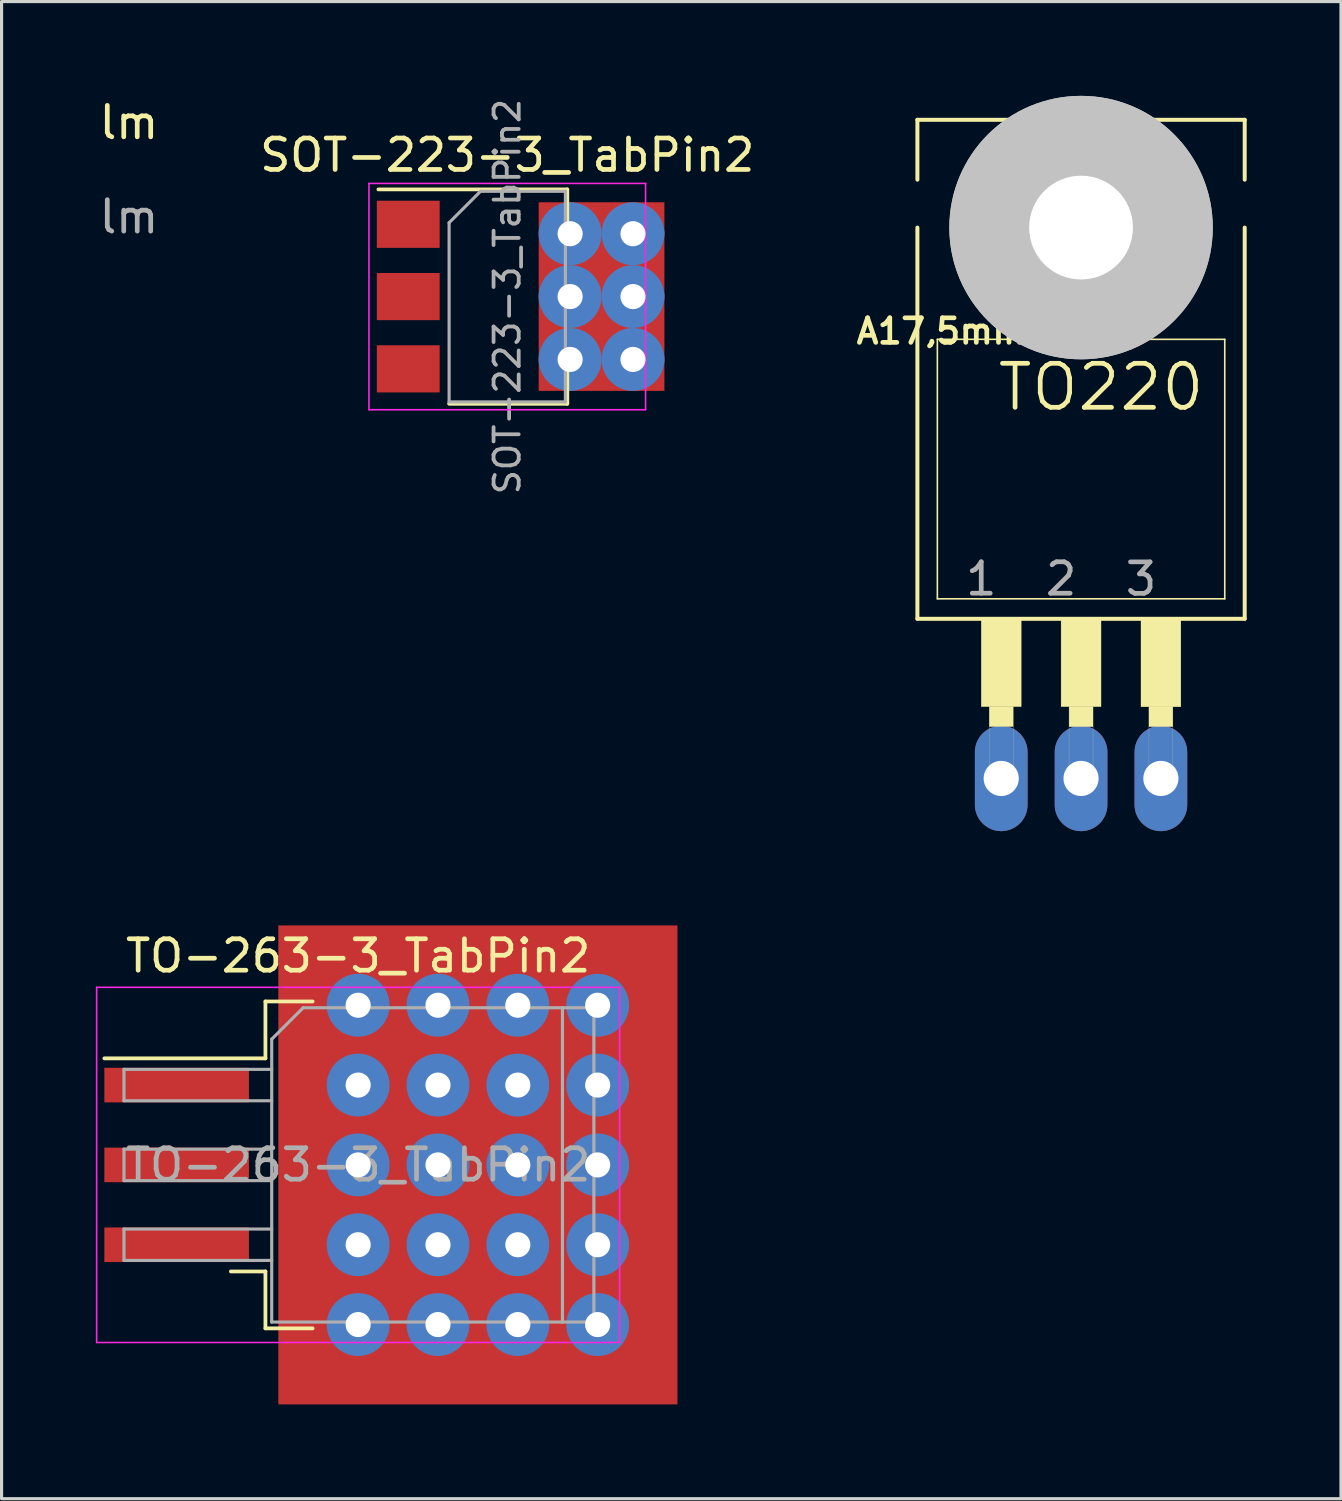
<source format=kicad_pcb>
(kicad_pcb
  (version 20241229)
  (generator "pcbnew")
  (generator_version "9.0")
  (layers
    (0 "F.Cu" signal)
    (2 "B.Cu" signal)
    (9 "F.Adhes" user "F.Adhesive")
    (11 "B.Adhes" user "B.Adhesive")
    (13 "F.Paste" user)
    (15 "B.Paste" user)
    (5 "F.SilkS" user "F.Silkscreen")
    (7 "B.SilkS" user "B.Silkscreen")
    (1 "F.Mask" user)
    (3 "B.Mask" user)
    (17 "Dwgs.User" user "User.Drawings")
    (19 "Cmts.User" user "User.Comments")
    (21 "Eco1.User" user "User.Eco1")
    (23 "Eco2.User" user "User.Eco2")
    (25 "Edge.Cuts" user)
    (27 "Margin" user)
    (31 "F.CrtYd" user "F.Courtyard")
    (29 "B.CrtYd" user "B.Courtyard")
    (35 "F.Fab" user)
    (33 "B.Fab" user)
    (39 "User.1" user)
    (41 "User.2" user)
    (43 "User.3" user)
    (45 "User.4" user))
  (footprint "SOT-223-3_TabPin2"
    (layer "F.Cu")
    (at 13.089 6.386)
    (property "Reference" "SOT-223-3_TabPin2" (at 0 -4.5 0) (layer "F.SilkS") (effects (font (size 1 1) (thickness 0.15))))
    (attr smd)
    (fp_line (start -4.1 -3.41) (end 1.91 -3.41) (stroke (width 0.12) (type solid)) (layer "F.SilkS"))
    (fp_line (start -1.85 3.41) (end 1.91 3.41) (stroke (width 0.12) (type solid)) (layer "F.SilkS"))
    (fp_line (start 1.91 -3.41) (end 1.91 -2.15) (stroke (width 0.12) (type solid)) (layer "F.SilkS"))
    (fp_line (start 1.91 3.41) (end 1.91 2.15) (stroke (width 0.12) (type solid)) (layer "F.SilkS"))
    (fp_line (start -4.4 -3.6) (end -4.4 3.6) (stroke (width 0.05) (type solid)) (layer "F.CrtYd"))
    (fp_line (start -4.4 3.6) (end 4.4 3.6) (stroke (width 0.05) (type solid)) (layer "F.CrtYd"))
    (fp_line (start 4.4 -3.6) (end -4.4 -3.6) (stroke (width 0.05) (type solid)) (layer "F.CrtYd"))
    (fp_line (start 4.4 3.6) (end 4.4 -3.6) (stroke (width 0.05) (type solid)) (layer "F.CrtYd"))
    (fp_line (start -1.85 -2.35) (end -1.85 3.35) (stroke (width 0.1) (type solid)) (layer "F.Fab"))
    (fp_line (start -1.85 -2.35) (end -0.85 -3.35) (stroke (width 0.1) (type solid)) (layer "F.Fab"))
    (fp_line (start -1.85 3.35) (end 1.85 3.35) (stroke (width 0.1) (type solid)) (layer "F.Fab"))
    (fp_line (start -0.85 -3.35) (end 1.85 -3.35) (stroke (width 0.1) (type solid)) (layer "F.Fab"))
    (fp_line (start 1.85 -3.35) (end 1.85 3.35) (stroke (width 0.1) (type solid)) (layer "F.Fab"))
    (fp_text user "${REFERENCE}" (at 0 0 90) (layer "F.Fab") (effects (font (size 0.8 0.8) (thickness 0.12))))
    (pad "" thru_hole circle (at 2 -2) (size 2 2) (drill 0.8) (layers "*.Mask"))
    (pad "" thru_hole circle (at 2 0) (size 2 2) (drill 0.8) (layers "*.Mask"))
    (pad "" thru_hole circle (at 2 2) (size 2 2) (drill 0.8) (layers "*.Mask"))
    (pad "" thru_hole circle (at 4 -2) (size 2 2) (drill 0.8) (layers "*.Mask"))
    (pad "" thru_hole circle (at 4 0) (size 2 2) (drill 0.8) (layers "*.Mask"))
    (pad "" thru_hole circle (at 4 2) (size 2 2) (drill 0.8) (layers "*.Mask"))
    (pad "1" smd rect (at -3.15 -2.3) (size 2 1.5) (layers "F.Cu" "F.Mask" "F.Paste"))
    (pad "2" smd rect (at -3.15 0) (size 2 1.5) (layers "F.Cu" "F.Mask" "F.Paste"))
    (pad "2" smd rect (at 3 0) (size 4 6) (layers "F.Cu" "F.Mask" "F.Paste"))
    (pad "3" smd rect (at -3.15 2.3) (size 2 1.5) (layers "F.Cu" "F.Mask" "F.Paste")))
  (footprint "lm"
    (layer "F.Cu")
    (at 1.054 1.348)
    (property "Reference" "lm" (at 0 -0.5 0) (unlocked yes) (layer "F.SilkS") (effects (font (size 1 1) (thickness 0.15))))
    (attr smd)
    (fp_text user "${REFERENCE}" (at 0 2.5 0) (unlocked yes) (layer "F.Fab") (effects (font (size 1 1) (thickness 0.15)))))
  (footprint "TO220"
    (layer "F.Cu")
    (at 31.345 11.557)
    (property "Reference" "TO220" (at 0.636 -2.288 0) (layer "F.SilkS") (effects (font (size 1.401 1.401) (thickness 0.15))))
    (attr through_hole)
    (fp_line (start -5.207 -8.89) (end -5.207 -10.795) (stroke (width 0.127) (type solid)) (layer "F.SilkS"))
    (fp_line (start -5.207 5.08) (end -5.207 -7.366) (stroke (width 0.127) (type solid)) (layer "F.SilkS"))
    (fp_line (start -5.207 5.08) (end 5.207 5.08) (stroke (width 0.127) (type solid)) (layer "F.SilkS"))
    (fp_line (start -4.572 4.445) (end -4.572 -3.81) (stroke (width 0.051) (type solid)) (layer "F.SilkS"))
    (fp_line (start -4.572 4.445) (end 4.572 4.445) (stroke (width 0.051) (type solid)) (layer "F.SilkS"))
    (fp_line (start 4.572 -3.81) (end -4.572 -3.81) (stroke (width 0.051) (type solid)) (layer "F.SilkS"))
    (fp_line (start 4.572 -3.81) (end 4.572 4.445) (stroke (width 0.051) (type solid)) (layer "F.SilkS"))
    (fp_line (start 5.207 -10.795) (end -5.207 -10.795) (stroke (width 0.127) (type solid)) (layer "F.SilkS"))
    (fp_line (start 5.207 -8.89) (end 5.207 -10.795) (stroke (width 0.127) (type solid)) (layer "F.SilkS"))
    (fp_line (start 5.207 5.08) (end 5.207 -7.366) (stroke (width 0.127) (type solid)) (layer "F.SilkS"))
    (fp_circle (center 0 -7.366) (end 1.803 -7.366) (stroke (width 0.127) (type solid)) (fill no) (layer "F.SilkS"))
    (fp_poly (pts (xy -3.175 5.08) (xy -1.905 5.08) (xy -1.905 7.875) (xy -3.175 7.875)) (stroke (width 0.01) (type solid)) (fill yes) (layer "F.SilkS"))
    (fp_poly (pts (xy -2.921 7.874) (xy -2.159 7.874) (xy -2.159 8.509) (xy -2.921 8.509)) (stroke (width 0.01) (type solid)) (fill yes) (layer "F.SilkS"))
    (fp_poly (pts (xy -0.635 5.08) (xy 0.635 5.08) (xy 0.635 7.876) (xy -0.635 7.876)) (stroke (width 0.01) (type solid)) (fill yes) (layer "F.SilkS"))
    (fp_poly (pts (xy -0.381 7.874) (xy 0.381 7.874) (xy 0.381 8.517) (xy -0.381 8.517)) (stroke (width 0.01) (type solid)) (fill yes) (layer "F.SilkS"))
    (fp_poly (pts (xy 1.907 5.08) (xy 3.175 5.08) (xy 3.175 7.881) (xy 1.907 7.881)) (stroke (width 0.01) (type solid)) (fill yes) (layer "F.SilkS"))
    (fp_poly (pts (xy 2.16 7.874) (xy 2.921 7.874) (xy 2.921 8.514) (xy 2.16 8.514)) (stroke (width 0.01) (type solid)) (fill yes) (layer "F.SilkS"))
    (fp_circle (center 0 -7.366) (end 4.191 -7.366) (stroke (width 0) (type solid)) (fill yes) (layer "Dwgs.User"))
    (fp_circle (center 0 -7.366) (end 4.191 -7.366) (stroke (width 0) (type solid)) (fill yes) (layer "Dwgs.User"))
    (fp_poly (pts (xy -2.922 8.509) (xy -2.159 8.509) (xy -2.159 10.419) (xy -2.922 10.419)) (stroke (width 0.01) (type solid)) (fill no) (layer "F.Fab"))
    (fp_poly (pts (xy -0.381 8.509) (xy 0.381 8.509) (xy 0.381 10.416) (xy -0.381 10.416)) (stroke (width 0.01) (type solid)) (fill no) (layer "F.Fab"))
    (fp_poly (pts (xy 2.16 8.509) (xy 2.921 8.509) (xy 2.921 10.418) (xy 2.16 10.418)) (stroke (width 0.01) (type solid)) (fill no) (layer "F.Fab"))
    (fp_text user "A17,5mm" (at -4.449 -4.068 0) (layer "F.SilkS") (effects (font (size 0.781 0.781) (thickness 0.15))))
    (fp_text user "1" (at -3.176 3.812 0) (layer "F.Fab") (effects (font (size 1 1) (thickness 0.15))))
    (fp_text user "3" (at 1.908 3.816 0) (layer "F.Fab") (effects (font (size 1.002 1.002) (thickness 0.15))))
    (fp_text user "2" (at -0.635 3.812 0) (layer "F.Fab") (effects (font (size 1.001 1.001) (thickness 0.15))))
    (pad "" np_thru_hole circle (at 0 -7.366) (size 3.302 3.302) (drill 3.302) (layers "*.Cu" "*.Mask"))
    (pad "1" thru_hole oval (at -2.54 10.16) (size 1.676 3.353) (drill 1.118) (layers "*.Cu" "*.Mask"))
    (pad "2" thru_hole oval (at 0 10.16) (size 1.676 3.353) (drill 1.118) (layers "*.Cu" "*.Mask"))
    (pad "3" thru_hole oval (at 2.54 10.16) (size 1.676 3.353) (drill 1.118) (layers "*.Cu" "*.Mask")))
  (footprint "TO-263-3_TabPin2"
    (layer "F.Cu")
    (at 8.345 34.013)
    (property "Reference" "TO-263-3_TabPin2" (at 0 -6.65 0) (layer "F.SilkS") (effects (font (size 1 1) (thickness 0.15))))
    (attr smd)
    (fp_line (start -2.95 -5.2) (end -2.95 -3.39) (stroke (width 0.12) (type solid)) (layer "F.SilkS"))
    (fp_line (start -2.95 -3.39) (end -8.075 -3.39) (stroke (width 0.12) (type solid)) (layer "F.SilkS"))
    (fp_line (start -2.95 3.39) (end -4.05 3.39) (stroke (width 0.12) (type solid)) (layer "F.SilkS"))
    (fp_line (start -2.95 5.2) (end -2.95 3.39) (stroke (width 0.12) (type solid)) (layer "F.SilkS"))
    (fp_line (start -1.45 -5.2) (end -2.95 -5.2) (stroke (width 0.12) (type solid)) (layer "F.SilkS"))
    (fp_line (start -1.45 5.2) (end -2.95 5.2) (stroke (width 0.12) (type solid)) (layer "F.SilkS"))
    (fp_line (start -8.32 -5.65) (end -8.32 5.65) (stroke (width 0.05) (type solid)) (layer "F.CrtYd"))
    (fp_line (start -8.32 5.65) (end 8.32 5.65) (stroke (width 0.05) (type solid)) (layer "F.CrtYd"))
    (fp_line (start 8.32 -5.65) (end -8.32 -5.65) (stroke (width 0.05) (type solid)) (layer "F.CrtYd"))
    (fp_line (start 8.32 5.65) (end 8.32 -5.65) (stroke (width 0.05) (type solid)) (layer "F.CrtYd"))
    (fp_line (start -7.45 -3.04) (end -7.45 -2.04) (stroke (width 0.1) (type solid)) (layer "F.Fab"))
    (fp_line (start -7.45 -2.04) (end -2.75 -2.04) (stroke (width 0.1) (type solid)) (layer "F.Fab"))
    (fp_line (start -7.45 -0.5) (end -7.45 0.5) (stroke (width 0.1) (type solid)) (layer "F.Fab"))
    (fp_line (start -7.45 0.5) (end -2.75 0.5) (stroke (width 0.1) (type solid)) (layer "F.Fab"))
    (fp_line (start -7.45 2.04) (end -7.45 3.04) (stroke (width 0.1) (type solid)) (layer "F.Fab"))
    (fp_line (start -7.45 3.04) (end -2.75 3.04) (stroke (width 0.1) (type solid)) (layer "F.Fab"))
    (fp_line (start -2.75 -4) (end -1.75 -5) (stroke (width 0.1) (type solid)) (layer "F.Fab"))
    (fp_line (start -2.75 -3.04) (end -7.45 -3.04) (stroke (width 0.1) (type solid)) (layer "F.Fab"))
    (fp_line (start -2.75 -0.5) (end -7.45 -0.5) (stroke (width 0.1) (type solid)) (layer "F.Fab"))
    (fp_line (start -2.75 2.04) (end -7.45 2.04) (stroke (width 0.1) (type solid)) (layer "F.Fab"))
    (fp_line (start -2.75 5) (end -2.75 -4) (stroke (width 0.1) (type solid)) (layer "F.Fab"))
    (fp_line (start -1.75 -5) (end 6.5 -5) (stroke (width 0.1) (type solid)) (layer "F.Fab"))
    (fp_line (start 6.5 -5) (end 6.5 5) (stroke (width 0.1) (type solid)) (layer "F.Fab"))
    (fp_line (start 6.5 -5) (end 7.5 -5) (stroke (width 0.1) (type solid)) (layer "F.Fab"))
    (fp_line (start 6.5 5) (end -2.75 5) (stroke (width 0.1) (type solid)) (layer "F.Fab"))
    (fp_line (start 7.5 -5) (end 7.5 5) (stroke (width 0.1) (type solid)) (layer "F.Fab"))
    (fp_line (start 7.5 5) (end 6.5 5) (stroke (width 0.1) (type solid)) (layer "F.Fab"))
    (fp_text user "${REFERENCE}" (at 0 0 0) (layer "F.Fab") (effects (font (size 1 1) (thickness 0.15))))
    (pad "" thru_hole circle (at 0 -5.08) (size 2 2) (drill 0.8) (layers "*.Mask"))
    (pad "" thru_hole circle (at 0 -2.54) (size 2 2) (drill 0.8) (layers "*.Mask"))
    (pad "" thru_hole circle (at 0 0) (size 2 2) (drill 0.8) (layers "*.Mask"))
    (pad "" thru_hole circle (at 0 2.54) (size 2 2) (drill 0.8) (layers "*.Mask"))
    (pad "" thru_hole circle (at 0 5.08) (size 2 2) (drill 0.8) (layers "*.Mask"))
    (pad "" thru_hole circle (at 2.54 -5.08) (size 2 2) (drill 0.8) (layers "*.Mask"))
    (pad "" thru_hole circle (at 2.54 -2.54) (size 2 2) (drill 0.8) (layers "*.Mask"))
    (pad "" thru_hole circle (at 2.54 0) (size 2 2) (drill 0.8) (layers "*.Mask"))
    (pad "" thru_hole circle (at 2.54 2.54) (size 2 2) (drill 0.8) (layers "*.Mask"))
    (pad "" thru_hole circle (at 2.54 5.08) (size 2 2) (drill 0.8) (layers "*.Mask"))
    (pad "" thru_hole circle (at 5.08 -5.08) (size 2 2) (drill 0.8) (layers "*.Mask"))
    (pad "" thru_hole circle (at 5.08 -2.54) (size 2 2) (drill 0.8) (layers "*.Mask"))
    (pad "" thru_hole circle (at 5.08 0) (size 2 2) (drill 0.8) (layers "*.Mask"))
    (pad "" thru_hole circle (at 5.08 2.54) (size 2 2) (drill 0.8) (layers "*.Mask"))
    (pad "" thru_hole circle (at 5.08 5.08) (size 2 2) (drill 0.8) (layers "*.Mask"))
    (pad "" thru_hole circle (at 7.62 -5.08) (size 2 2) (drill 0.8) (layers "*.Mask"))
    (pad "" thru_hole circle (at 7.62 -2.54) (size 2 2) (drill 0.8) (layers "*.Mask"))
    (pad "" thru_hole circle (at 7.62 0) (size 2 2) (drill 0.8) (layers "*.Mask"))
    (pad "" thru_hole circle (at 7.62 2.54) (size 2 2) (drill 0.8) (layers "*.Mask"))
    (pad "" thru_hole circle (at 7.62 5.08) (size 2 2) (drill 0.8) (layers "*.Mask"))
    (pad "1" smd rect (at -5.775 -2.54) (size 4.6 1.1) (layers "F.Cu" "F.Mask" "F.Paste"))
    (pad "2" smd rect (at -5.775 0) (size 4.6 1.1) (layers "F.Cu" "F.Mask" "F.Paste"))
    (pad "2" smd rect (at 3.81 0) (size 12.7 15.24) (layers "F.Cu" "F.Mask"))
    (pad "3" smd rect (at -5.775 2.54) (size 4.6 1.1) (layers "F.Cu" "F.Mask" "F.Paste")))
  (gr_rect
    (start -3 -3)
    (end 39.615 44.633)
    (stroke (width 0.1) (type default))
    (fill no)
    (layer "Edge.Cuts")))
</source>
